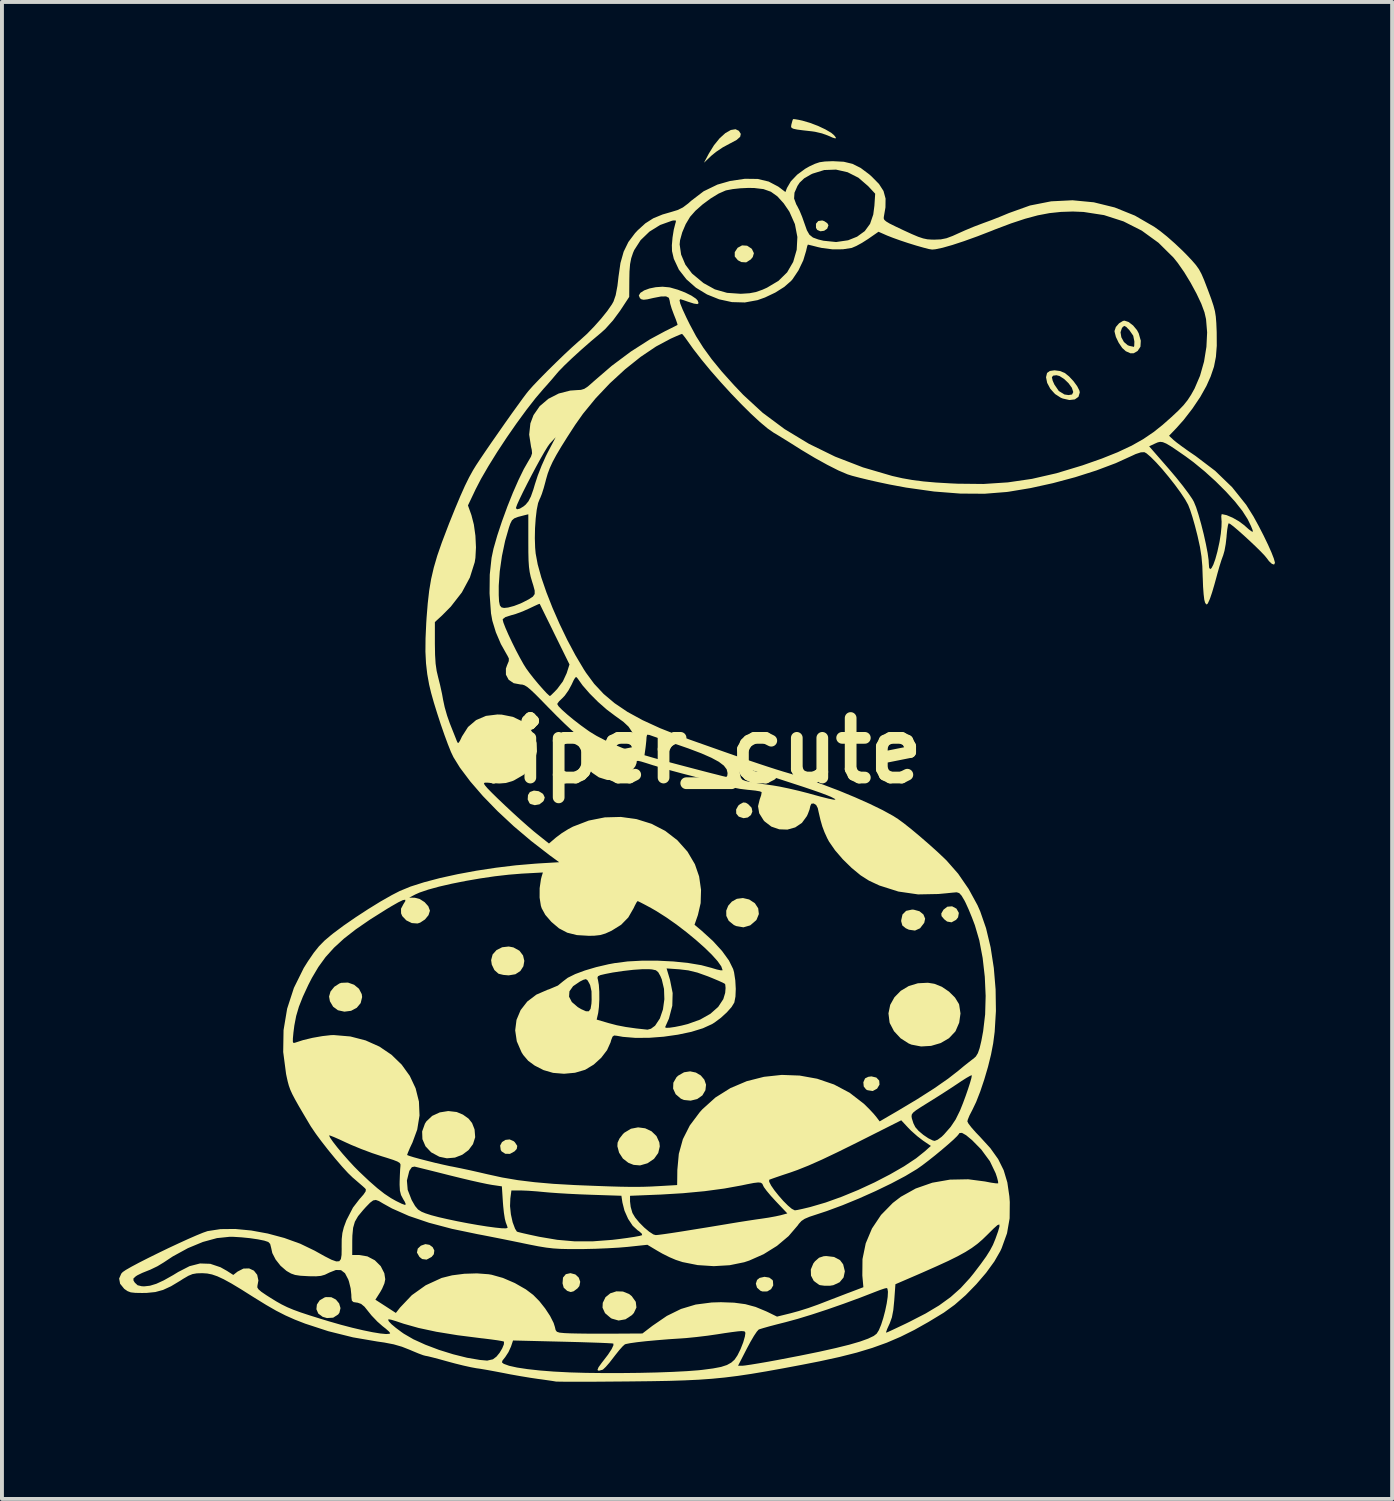
<source format=kicad_pcb>
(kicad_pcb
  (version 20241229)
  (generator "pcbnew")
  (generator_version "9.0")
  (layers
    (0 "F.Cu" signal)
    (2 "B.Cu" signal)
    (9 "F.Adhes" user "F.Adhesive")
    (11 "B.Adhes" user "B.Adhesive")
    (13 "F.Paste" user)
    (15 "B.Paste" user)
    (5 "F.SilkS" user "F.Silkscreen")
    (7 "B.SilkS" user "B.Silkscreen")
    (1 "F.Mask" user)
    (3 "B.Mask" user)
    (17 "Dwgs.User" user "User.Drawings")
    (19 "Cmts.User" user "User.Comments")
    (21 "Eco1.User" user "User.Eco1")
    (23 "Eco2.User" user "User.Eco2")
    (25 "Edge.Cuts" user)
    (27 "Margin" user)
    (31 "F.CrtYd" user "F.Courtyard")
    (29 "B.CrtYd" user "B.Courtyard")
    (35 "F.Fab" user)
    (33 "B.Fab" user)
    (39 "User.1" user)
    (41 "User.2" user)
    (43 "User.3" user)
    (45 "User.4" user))
  (footprint "viper_cute"
    (layer "F.Cu")
    (at 14.772 16.166)
    (property "Reference" "viper_cute" (at 0 0 0) (layer "F.SilkS") (effects (font (size 1.524 1.524) (thickness 0.3))))
    (attr board_only exclude_from_pos_files exclude_from_bom)
    (fp_poly (pts (xy 3.279 -13.555) (xy 3.358 -13.501) (xy 3.387 -13.45) (xy 3.354 -13.361) (xy 3.276 -13.308) (xy 3.181 -13.295) (xy 3.1 -13.33) (xy 3.068 -13.382) (xy 3.067 -13.489) (xy 3.127 -13.558) (xy 3.227 -13.572)) (stroke (width 0) (type solid)) (fill yes) (layer "F.SilkS"))
    (fp_poly (pts (xy -6.827 12.652) (xy -6.745 12.713) (xy -6.703 12.798) (xy -6.716 12.893) (xy -6.773 12.962) (xy -6.901 13.031) (xy -7.016 13.016) (xy -7.084 12.961) (xy -7.148 12.85) (xy -7.127 12.749) (xy -7.047 12.674) (xy -6.932 12.634)) (stroke (width 0) (type solid)) (fill yes) (layer "F.SilkS"))
    (fp_poly (pts (xy -4.67 10) (xy -4.642 10.026) (xy -4.58 10.119) (xy -4.593 10.197) (xy -4.649 10.259) (xy -4.766 10.323) (xy -4.885 10.322) (xy -4.979 10.262) (xy -5.003 10.224) (xy -5.018 10.112) (xy -4.971 10.022) (xy -4.883 9.966) (xy -4.775 9.954)) (stroke (width 0) (type solid)) (fill yes) (layer "F.SilkS"))
    (fp_poly (pts (xy 1.27 1.334) (xy 1.333 1.372) (xy 1.42 1.463) (xy 1.439 1.561) (xy 1.402 1.65) (xy 1.322 1.712) (xy 1.213 1.73) (xy 1.09 1.69) (xy 1.026 1.612) (xy 1.023 1.508) (xy 1.079 1.407) (xy 1.122 1.372) (xy 1.205 1.327)) (stroke (width 0) (type solid)) (fill yes) (layer "F.SilkS"))
    (fp_poly (pts (xy 1.304 -12.926) (xy 1.416 -12.853) (xy 1.429 -12.838) (xy 1.478 -12.734) (xy 1.449 -12.635) (xy 1.397 -12.573) (xy 1.28 -12.499) (xy 1.155 -12.507) (xy 1.068 -12.554) (xy 0.988 -12.65) (xy 0.988 -12.762) (xy 1.062 -12.873) (xy 1.175 -12.934)) (stroke (width 0) (type solid)) (fill yes) (layer "F.SilkS"))
    (fp_poly (pts (xy 1.871 13.491) (xy 1.953 13.552) (xy 1.965 13.573) (xy 1.973 13.691) (xy 1.918 13.787) (xy 1.82 13.845) (xy 1.698 13.847) (xy 1.646 13.828) (xy 1.558 13.749) (xy 1.528 13.647) (xy 1.559 13.551) (xy 1.624 13.499) (xy 1.75 13.471)) (stroke (width 0) (type solid)) (fill yes) (layer "F.SilkS"))
    (fp_poly (pts (xy 4.613 8.37) (xy 4.686 8.448) (xy 4.694 8.55) (xy 4.632 8.654) (xy 4.52 8.715) (xy 4.387 8.694) (xy 4.35 8.675) (xy 4.29 8.598) (xy 4.28 8.491) (xy 4.322 8.395) (xy 4.326 8.39) (xy 4.406 8.351) (xy 4.487 8.34)) (stroke (width 0) (type solid)) (fill yes) (layer "F.SilkS"))
    (fp_poly (pts (xy -4.031 1.039) (xy -3.929 1.101) (xy -3.911 1.124) (xy -3.876 1.201) (xy -3.899 1.274) (xy -3.919 1.304) (xy -4.011 1.375) (xy -4.132 1.397) (xy -4.243 1.366) (xy -4.267 1.346) (xy -4.313 1.25) (xy -4.305 1.137) (xy -4.257 1.06) (xy -4.154 1.023)) (stroke (width 0) (type solid)) (fill yes) (layer "F.SilkS"))
    (fp_poly (pts (xy -3.093 13.41) (xy -3.006 13.491) (xy -2.968 13.598) (xy -2.99 13.708) (xy -3.037 13.767) (xy -3.136 13.841) (xy -3.211 13.861) (xy -3.296 13.833) (xy -3.304 13.829) (xy -3.391 13.749) (xy -3.421 13.638) (xy -3.409 13.491) (xy -3.337 13.404) (xy -3.219 13.377)) (stroke (width 0) (type solid)) (fill yes) (layer "F.SilkS"))
    (fp_poly (pts (xy 6.663 4.045) (xy 6.664 4.046) (xy 6.725 4.155) (xy 6.705 4.269) (xy 6.654 4.333) (xy 6.538 4.396) (xy 6.424 4.376) (xy 6.35 4.318) (xy 6.282 4.237) (xy 6.275 4.171) (xy 6.327 4.08) (xy 6.331 4.073) (xy 6.43 3.996) (xy 6.552 3.986)) (stroke (width 0) (type solid)) (fill yes) (layer "F.SilkS"))
    (fp_poly (pts (xy -9.34 13.993) (xy -9.222 14.054) (xy -9.14 14.153) (xy -9.105 14.272) (xy -9.133 14.391) (xy -9.165 14.435) (xy -9.292 14.517) (xy -9.452 14.527) (xy -9.562 14.495) (xy -9.674 14.412) (xy -9.722 14.3) (xy -9.709 14.18) (xy -9.638 14.073) (xy -9.514 14) (xy -9.479 13.99)) (stroke (width 0) (type solid)) (fill yes) (layer "F.SilkS"))
    (fp_poly (pts (xy 5.569 4.072) (xy 5.716 4.112) (xy 5.818 4.195) (xy 5.862 4.302) (xy 5.839 4.408) (xy 5.732 4.548) (xy 5.602 4.607) (xy 5.446 4.585) (xy 5.366 4.548) (xy 5.279 4.478) (xy 5.25 4.375) (xy 5.249 4.344) (xy 5.282 4.195) (xy 5.375 4.102) (xy 5.526 4.07)) (stroke (width 0) (type solid)) (fill yes) (layer "F.SilkS"))
    (fp_poly (pts (xy 1.092 -15.867) (xy 1.143 -15.788) (xy 1.126 -15.713) (xy 1.037 -15.634) (xy 0.871 -15.545) (xy 0.857 -15.538) (xy 0.681 -15.443) (xy 0.507 -15.326) (xy 0.386 -15.227) (xy 0.2 -15.05) (xy 0.322 -15.28) (xy 0.455 -15.496) (xy 0.6 -15.675) (xy 0.747 -15.808) (xy 0.887 -15.888) (xy 1.008 -15.908)) (stroke (width 0) (type solid)) (fill yes) (layer "F.SilkS"))
    (fp_poly (pts (xy -8.757 5.994) (xy -8.632 6.097) (xy -8.561 6.234) (xy -8.551 6.309) (xy -8.589 6.464) (xy -8.689 6.584) (xy -8.834 6.661) (xy -9.005 6.683) (xy -9.171 6.647) (xy -9.294 6.556) (xy -9.376 6.417) (xy -9.398 6.296) (xy -9.361 6.167) (xy -9.264 6.046) (xy -9.132 5.961) (xy -9.084 5.945) (xy -8.915 5.938)) (stroke (width 0) (type solid)) (fill yes) (layer "F.SilkS"))
    (fp_poly (pts (xy -1.874 13.848) (xy -1.717 13.911) (xy -1.648 13.967) (xy -1.546 14.111) (xy -1.529 14.256) (xy -1.595 14.397) (xy -1.644 14.451) (xy -1.809 14.559) (xy -1.986 14.59) (xy -2.16 14.541) (xy -2.188 14.525) (xy -2.333 14.401) (xy -2.397 14.261) (xy -2.391 14.137) (xy -2.321 13.993) (xy -2.198 13.893) (xy -2.042 13.843)) (stroke (width 0) (type solid)) (fill yes) (layer "F.SilkS"))
    (fp_poly (pts (xy -0.007 8.242) (xy 0.118 8.316) (xy 0.209 8.423) (xy 0.253 8.552) (xy 0.237 8.694) (xy 0.159 8.827) (xy 0.027 8.92) (xy -0.141 8.961) (xy -0.312 8.944) (xy -0.391 8.911) (xy -0.525 8.796) (xy -0.59 8.653) (xy -0.584 8.502) (xy -0.503 8.361) (xy -0.462 8.322) (xy -0.31 8.235) (xy -0.154 8.211)) (stroke (width 0) (type solid)) (fill yes) (layer "F.SilkS"))
    (fp_poly (pts (xy 1.357 3.811) (xy 1.503 3.907) (xy 1.588 4.037) (xy 1.605 4.184) (xy 1.547 4.327) (xy 1.534 4.345) (xy 1.383 4.474) (xy 1.21 4.524) (xy 1.026 4.492) (xy 0.964 4.464) (xy 0.834 4.358) (xy 0.772 4.231) (xy 0.77 4.097) (xy 0.821 3.97) (xy 0.914 3.865) (xy 1.042 3.794) (xy 1.197 3.774)) (stroke (width 0) (type solid)) (fill yes) (layer "F.SilkS"))
    (fp_poly (pts (xy -4.678 5.038) (xy -4.524 5.123) (xy -4.432 5.244) (xy -4.399 5.383) (xy -4.423 5.521) (xy -4.5 5.641) (xy -4.627 5.725) (xy -4.8 5.754) (xy -4.936 5.742) (xy -5.048 5.715) (xy -5.065 5.708) (xy -5.165 5.618) (xy -5.232 5.479) (xy -5.249 5.363) (xy -5.211 5.219) (xy -5.11 5.106) (xy -4.966 5.034) (xy -4.798 5.015)) (stroke (width 0) (type solid)) (fill yes) (layer "F.SilkS"))
    (fp_poly (pts (xy 3.531 12.963) (xy 3.683 13.044) (xy 3.763 13.151) (xy 3.807 13.33) (xy 3.774 13.487) (xy 3.673 13.61) (xy 3.513 13.685) (xy 3.428 13.699) (xy 3.29 13.7) (xy 3.174 13.685) (xy 3.148 13.676) (xy 3.012 13.578) (xy 2.94 13.441) (xy 2.935 13.283) (xy 3.001 13.126) (xy 3.04 13.076) (xy 3.146 12.982) (xy 3.264 12.944) (xy 3.331 12.939)) (stroke (width 0) (type solid)) (fill yes) (layer "F.SilkS"))
    (fp_poly (pts (xy -1.305 9.669) (xy -1.142 9.746) (xy -1.016 9.868) (xy -0.943 10.029) (xy -0.931 10.132) (xy -0.971 10.301) (xy -1.079 10.451) (xy -1.24 10.561) (xy -1.255 10.567) (xy -1.436 10.619) (xy -1.602 10.605) (xy -1.736 10.552) (xy -1.875 10.444) (xy -1.973 10.293) (xy -2.017 10.128) (xy -2.011 10.035) (xy -1.962 9.929) (xy -1.873 9.815) (xy -1.837 9.781) (xy -1.669 9.68) (xy -1.486 9.645)) (stroke (width 0) (type solid)) (fill yes) (layer "F.SilkS"))
    (fp_poly (pts (xy -6.13 9.252) (xy -5.97 9.319) (xy -5.826 9.422) (xy -5.737 9.534) (xy -5.676 9.689) (xy -5.672 9.705) (xy -5.657 9.897) (xy -5.713 10.074) (xy -5.827 10.227) (xy -5.986 10.345) (xy -6.175 10.419) (xy -6.382 10.437) (xy -6.575 10.397) (xy -6.784 10.284) (xy -6.929 10.13) (xy -7.008 9.947) (xy -7.015 9.75) (xy -6.944 9.551) (xy -6.905 9.49) (xy -6.758 9.351) (xy -6.564 9.262) (xy -6.346 9.227)) (stroke (width 0) (type solid)) (fill yes) (layer "F.SilkS"))
    (fp_poly (pts (xy 2.525 -16.165) (xy 2.626 -16.148) (xy 2.718 -16.128) (xy 2.916 -16.07) (xy 3.121 -15.992) (xy 3.309 -15.903) (xy 3.458 -15.816) (xy 3.531 -15.754) (xy 3.578 -15.692) (xy 3.567 -15.671) (xy 3.493 -15.693) (xy 3.365 -15.749) (xy 3.22 -15.801) (xy 3.045 -15.842) (xy 2.963 -15.854) (xy 2.739 -15.879) (xy 2.586 -15.899) (xy 2.492 -15.919) (xy 2.444 -15.942) (xy 2.43 -15.974) (xy 2.436 -16.02) (xy 2.44 -16.037) (xy 2.464 -16.126) (xy 2.48 -16.166)) (stroke (width 0) (type solid)) (fill yes) (layer "F.SilkS"))
    (fp_poly (pts (xy 6.096 5.969) (xy 6.288 6.045) (xy 6.473 6.17) (xy 6.627 6.323) (xy 6.725 6.483) (xy 6.733 6.504) (xy 6.767 6.728) (xy 6.734 6.965) (xy 6.641 7.18) (xy 6.633 7.192) (xy 6.472 7.363) (xy 6.259 7.487) (xy 6.014 7.559) (xy 5.758 7.574) (xy 5.512 7.527) (xy 5.44 7.497) (xy 5.233 7.364) (xy 5.065 7.183) (xy 4.958 6.979) (xy 4.951 6.957) (xy 4.923 6.726) (xy 4.968 6.508) (xy 5.077 6.313) (xy 5.238 6.149) (xy 5.442 6.027) (xy 5.677 5.956) (xy 5.933 5.943)) (stroke (width 0) (type solid)) (fill yes) (layer "F.SilkS"))
    (fp_poly (pts (xy 9.312 -9.718) (xy 9.434 -9.669) (xy 9.546 -9.58) (xy 9.659 -9.459) (xy 9.754 -9.33) (xy 9.812 -9.216) (xy 9.821 -9.169) (xy 9.787 -9.057) (xy 9.694 -8.991) (xy 9.555 -8.975) (xy 9.384 -9.014) (xy 9.335 -9.034) (xy 9.186 -9.13) (xy 9.066 -9.264) (xy 8.986 -9.414) (xy 8.957 -9.558) (xy 9.107 -9.558) (xy 9.127 -9.47) (xy 9.171 -9.371) (xy 9.284 -9.206) (xy 9.429 -9.117) (xy 9.534 -9.102) (xy 9.623 -9.117) (xy 9.652 -9.175) (xy 9.652 -9.186) (xy 9.618 -9.289) (xy 9.532 -9.407) (xy 9.419 -9.515) (xy 9.301 -9.59) (xy 9.224 -9.61) (xy 9.138 -9.599) (xy 9.107 -9.558) (xy 8.957 -9.558) (xy 8.957 -9.559) (xy 8.983 -9.668) (xy 9.055 -9.719) (xy 9.174 -9.736)) (stroke (width 0) (type solid)) (fill yes) (layer "F.SilkS"))
    (fp_poly (pts (xy 11.071 -10.972) (xy 11.186 -10.884) (xy 11.286 -10.764) (xy 11.329 -10.683) (xy 11.383 -10.494) (xy 11.374 -10.34) (xy 11.303 -10.233) (xy 11.294 -10.226) (xy 11.201 -10.173) (xy 11.121 -10.171) (xy 11.013 -10.218) (xy 11 -10.224) (xy 10.908 -10.307) (xy 10.817 -10.441) (xy 10.745 -10.591) (xy 10.715 -10.71) (xy 10.864 -10.71) (xy 10.885 -10.581) (xy 10.951 -10.461) (xy 11.049 -10.377) (xy 11.101 -10.359) (xy 11.18 -10.343) (xy 11.208 -10.335) (xy 11.215 -10.368) (xy 11.218 -10.457) (xy 11.218 -10.477) (xy 11.189 -10.622) (xy 11.091 -10.763) (xy 11.011 -10.846) (xy 10.964 -10.872) (xy 10.926 -10.85) (xy 10.9 -10.818) (xy 10.864 -10.71) (xy 10.715 -10.71) (xy 10.711 -10.726) (xy 10.71 -10.743) (xy 10.744 -10.844) (xy 10.827 -10.94) (xy 10.926 -11) (xy 10.967 -11.007)) (stroke (width 0) (type solid)) (fill yes) (layer "F.SilkS"))
    (fp_poly (pts (xy 3.779 -15.075) (xy 4.003 -15.021) (xy 4.211 -14.917) (xy 4.429 -14.754) (xy 4.496 -14.694) (xy 4.68 -14.507) (xy 4.796 -14.327) (xy 4.849 -14.133) (xy 4.846 -13.905) (xy 4.806 -13.674) (xy 4.801 -13.629) (xy 4.816 -13.589) (xy 4.863 -13.547) (xy 4.953 -13.493) (xy 5.098 -13.421) (xy 5.302 -13.324) (xy 5.52 -13.224) (xy 5.683 -13.155) (xy 5.809 -13.113) (xy 5.918 -13.09) (xy 6.031 -13.082) (xy 6.097 -13.081) (xy 6.264 -13.088) (xy 6.408 -13.117) (xy 6.566 -13.176) (xy 6.683 -13.229) (xy 6.879 -13.317) (xy 7.109 -13.413) (xy 7.328 -13.496) (xy 7.352 -13.505) (xy 7.565 -13.583) (xy 7.793 -13.673) (xy 7.993 -13.756) (xy 8.016 -13.765) (xy 8.546 -13.955) (xy 9.088 -14.062) (xy 9.635 -14.089) (xy 10.18 -14.037) (xy 10.715 -13.905) (xy 11.233 -13.696) (xy 11.727 -13.41) (xy 11.878 -13.302) (xy 12.055 -13.16) (xy 12.257 -12.982) (xy 12.454 -12.796) (xy 12.555 -12.694) (xy 12.693 -12.548) (xy 12.795 -12.43) (xy 12.872 -12.322) (xy 12.937 -12.201) (xy 13.004 -12.046) (xy 13.084 -11.837) (xy 13.103 -11.788) (xy 13.186 -11.564) (xy 13.243 -11.393) (xy 13.281 -11.25) (xy 13.303 -11.111) (xy 13.316 -10.948) (xy 13.325 -10.738) (xy 13.326 -10.706) (xy 13.328 -10.365) (xy 13.306 -10.081) (xy 13.256 -9.827) (xy 13.171 -9.577) (xy 13.062 -9.333) (xy 12.906 -9.055) (xy 12.705 -8.756) (xy 12.481 -8.466) (xy 12.291 -8.253) (xy 12.106 -8.06) (xy 12.223 -7.951) (xy 12.304 -7.885) (xy 12.437 -7.786) (xy 12.603 -7.667) (xy 12.785 -7.543) (xy 13.287 -7.162) (xy 13.721 -6.743) (xy 14.082 -6.291) (xy 14.267 -5.995) (xy 14.402 -5.748) (xy 14.528 -5.503) (xy 14.639 -5.273) (xy 14.728 -5.073) (xy 14.789 -4.916) (xy 14.816 -4.817) (xy 14.817 -4.806) (xy 14.795 -4.763) (xy 14.739 -4.781) (xy 14.664 -4.851) (xy 14.613 -4.92) (xy 14.554 -4.992) (xy 14.453 -5.098) (xy 14.322 -5.227) (xy 14.174 -5.367) (xy 14.022 -5.507) (xy 13.879 -5.634) (xy 13.758 -5.737) (xy 13.671 -5.803) (xy 13.632 -5.821) (xy 13.615 -5.773) (xy 13.596 -5.662) (xy 13.58 -5.51) (xy 13.578 -5.473) (xy 13.557 -5.29) (xy 13.526 -5.118) (xy 13.49 -4.993) (xy 13.487 -4.987) (xy 13.447 -4.877) (xy 13.395 -4.712) (xy 13.341 -4.521) (xy 13.317 -4.431) (xy 13.263 -4.236) (xy 13.209 -4.053) (xy 13.161 -3.911) (xy 13.144 -3.867) (xy 13.099 -3.768) (xy 13.07 -3.739) (xy 13.04 -3.768) (xy 13.028 -3.789) (xy 13.008 -3.864) (xy 12.991 -4.006) (xy 12.977 -4.198) (xy 12.969 -4.422) (xy 12.968 -4.434) (xy 12.958 -4.725) (xy 12.936 -4.971) (xy 12.898 -5.212) (xy 12.838 -5.485) (xy 12.826 -5.534) (xy 12.768 -5.76) (xy 12.706 -5.977) (xy 12.647 -6.16) (xy 12.598 -6.285) (xy 12.598 -6.287) (xy 12.518 -6.431) (xy 12.4 -6.608) (xy 12.256 -6.805) (xy 12.097 -7.007) (xy 11.934 -7.203) (xy 11.777 -7.377) (xy 11.638 -7.517) (xy 11.528 -7.611) (xy 11.475 -7.64) (xy 11.385 -7.636) (xy 11.251 -7.592) (xy 11.177 -7.557) (xy 10.744 -7.36) (xy 10.245 -7.172) (xy 9.702 -6.999) (xy 9.134 -6.847) (xy 8.561 -6.721) (xy 8.002 -6.628) (xy 7.95 -6.621) (xy 7.386 -6.576) (xy 6.763 -6.58) (xy 6.089 -6.633) (xy 5.373 -6.734) (xy 4.949 -6.813) (xy 4.675 -6.871) (xy 4.413 -6.93) (xy 4.179 -6.987) (xy 3.992 -7.036) (xy 3.871 -7.074) (xy 3.87 -7.075) (xy 3.64 -7.173) (xy 3.358 -7.316) (xy 3.038 -7.493) (xy 2.695 -7.698) (xy 2.548 -7.791) (xy 2.367 -7.905) (xy 2.189 -8.015) (xy 2.041 -8.106) (xy 1.985 -8.138) (xy 1.829 -8.247) (xy 1.631 -8.413) (xy 1.402 -8.625) (xy 1.152 -8.873) (xy 0.89 -9.146) (xy 0.627 -9.434) (xy 0.372 -9.725) (xy 0.136 -10.011) (xy -0.072 -10.279) (xy -0.206 -10.467) (xy -0.283 -10.575) (xy -0.341 -10.648) (xy -0.363 -10.668) (xy -0.409 -10.652) (xy -0.51 -10.609) (xy -0.645 -10.549) (xy -0.65 -10.547) (xy -1.026 -10.346) (xy -1.421 -10.08) (xy -1.82 -9.761) (xy -2.208 -9.404) (xy -2.572 -9.02) (xy -2.897 -8.623) (xy -3.097 -8.34) (xy -3.299 -8.028) (xy -3.458 -7.774) (xy -3.582 -7.564) (xy -3.676 -7.389) (xy -3.747 -7.234) (xy -3.801 -7.089) (xy -3.844 -6.941) (xy -3.854 -6.9) (xy -3.902 -6.724) (xy -3.951 -6.57) (xy -3.993 -6.465) (xy -4.004 -6.446) (xy -4.047 -6.336) (xy -4.082 -6.162) (xy -4.108 -5.941) (xy -4.125 -5.693) (xy -4.13 -5.437) (xy -4.122 -5.193) (xy -4.109 -5.048) (xy -4.057 -4.768) (xy -3.964 -4.432) (xy -3.835 -4.056) (xy -3.677 -3.654) (xy -3.496 -3.241) (xy -3.299 -2.832) (xy -3.091 -2.442) (xy -2.879 -2.085) (xy -2.821 -1.995) (xy -2.611 -1.71) (xy -2.369 -1.451) (xy -2.088 -1.214) (xy -1.758 -0.991) (xy -1.372 -0.78) (xy -0.921 -0.573) (xy -0.397 -0.366) (xy -0.169 -0.283) (xy 0.306 -0.115) (xy 0.711 0.028) (xy 1.056 0.149) (xy 1.352 0.251) (xy 1.607 0.337) (xy 1.831 0.411) (xy 2.035 0.477) (xy 2.229 0.537) (xy 2.422 0.594) (xy 2.434 0.598) (xy 2.832 0.723) (xy 3.246 0.869) (xy 3.662 1.027) (xy 4.065 1.194) (xy 4.44 1.361) (xy 4.771 1.522) (xy 5.044 1.672) (xy 5.166 1.75) (xy 5.314 1.858) (xy 5.506 2.01) (xy 5.724 2.192) (xy 5.95 2.388) (xy 6.168 2.583) (xy 6.36 2.764) (xy 6.412 2.815) (xy 6.706 3.15) (xy 6.975 3.541) (xy 7.203 3.959) (xy 7.272 4.116) (xy 7.421 4.546) (xy 7.538 5.035) (xy 7.62 5.565) (xy 7.666 6.115) (xy 7.674 6.666) (xy 7.642 7.199) (xy 7.604 7.493) (xy 7.549 7.78) (xy 7.471 8.096) (xy 7.376 8.419) (xy 7.273 8.726) (xy 7.168 8.995) (xy 7.068 9.204) (xy 7.064 9.211) (xy 6.998 9.339) (xy 6.954 9.446) (xy 6.943 9.493) (xy 6.971 9.549) (xy 7.048 9.649) (xy 7.16 9.776) (xy 7.262 9.882) (xy 7.531 10.177) (xy 7.731 10.457) (xy 7.873 10.743) (xy 7.966 11.054) (xy 8.018 11.41) (xy 8.029 11.557) (xy 8.025 11.974) (xy 7.958 12.357) (xy 7.821 12.737) (xy 7.786 12.813) (xy 7.633 13.079) (xy 7.423 13.368) (xy 7.172 13.661) (xy 6.899 13.941) (xy 6.618 14.187) (xy 6.348 14.383) (xy 6.341 14.388) (xy 5.949 14.626) (xy 5.585 14.831) (xy 5.233 15.006) (xy 4.879 15.158) (xy 4.509 15.291) (xy 4.109 15.412) (xy 3.665 15.524) (xy 3.162 15.634) (xy 2.709 15.723) (xy 2.22 15.815) (xy 1.792 15.892) (xy 1.411 15.956) (xy 1.062 16.008) (xy 0.731 16.049) (xy 0.404 16.081) (xy 0.066 16.105) (xy -0.297 16.122) (xy -0.699 16.135) (xy -1.155 16.143) (xy -1.678 16.149) (xy -1.778 16.15) (xy -2.157 16.153) (xy -2.512 16.156) (xy -2.832 16.157) (xy -3.108 16.157) (xy -3.331 16.157) (xy -3.493 16.155) (xy -3.583 16.153) (xy -3.598 16.151) (xy -3.667 16.139) (xy -3.797 16.12) (xy -3.964 16.096) (xy -4.043 16.086) (xy -4.251 16.055) (xy -4.505 16.013) (xy -4.764 15.967) (xy -4.911 15.938) (xy -5.131 15.896) (xy -5.347 15.856) (xy -5.53 15.825) (xy -5.63 15.811) (xy -5.765 15.786) (xy -5.955 15.744) (xy -6.173 15.69) (xy -6.281 15.661) (xy -4.972 15.661) (xy -4.936 15.692) (xy -4.917 15.702) (xy -4.787 15.749) (xy -4.584 15.794) (xy -4.318 15.834) (xy -4.001 15.869) (xy -3.644 15.897) (xy -3.258 15.917) (xy -3.239 15.918) (xy -2.825 15.93) (xy -2.38 15.935) (xy -1.92 15.935) (xy -1.46 15.93) (xy -1.016 15.92) (xy -0.603 15.905) (xy -0.238 15.886) (xy 0.064 15.863) (xy 0.156 15.853) (xy 0.431 15.817) (xy 0.637 15.778) (xy 0.729 15.748) (xy 1.072 15.748) (xy 1.182 15.748) (xy 1.257 15.74) (xy 1.4 15.719) (xy 1.596 15.687) (xy 1.829 15.647) (xy 2.074 15.602) (xy 2.653 15.491) (xy 3.152 15.389) (xy 3.572 15.295) (xy 3.919 15.209) (xy 4.194 15.129) (xy 4.402 15.054) (xy 4.546 14.985) (xy 4.621 14.927) (xy 4.648 14.884) (xy 4.863 14.884) (xy 4.864 14.901) (xy 4.909 14.884) (xy 5.016 14.835) (xy 5.171 14.762) (xy 5.361 14.672) (xy 5.459 14.624) (xy 5.873 14.411) (xy 6.219 14.204) (xy 6.513 13.991) (xy 6.77 13.762) (xy 7.005 13.505) (xy 7.103 13.384) (xy 7.286 13.144) (xy 7.423 12.953) (xy 7.523 12.794) (xy 7.598 12.653) (xy 7.655 12.514) (xy 7.657 12.511) (xy 7.729 12.309) (xy 7.765 12.183) (xy 7.762 12.13) (xy 7.714 12.147) (xy 7.618 12.232) (xy 7.468 12.381) (xy 7.46 12.389) (xy 7.33 12.515) (xy 7.199 12.628) (xy 7.056 12.733) (xy 6.891 12.837) (xy 6.692 12.946) (xy 6.45 13.066) (xy 6.153 13.202) (xy 5.792 13.362) (xy 5.673 13.414) (xy 5.101 13.661) (xy 5.071 14.077) (xy 5.047 14.323) (xy 5.011 14.509) (xy 4.957 14.66) (xy 4.94 14.697) (xy 4.889 14.809) (xy 4.863 14.884) (xy 4.648 14.884) (xy 4.677 14.838) (xy 4.735 14.699) (xy 4.79 14.527) (xy 4.839 14.34) (xy 4.878 14.154) (xy 4.903 13.986) (xy 4.91 13.854) (xy 4.897 13.774) (xy 4.875 13.758) (xy 4.813 13.773) (xy 4.701 13.811) (xy 4.605 13.848) (xy 4.2 14.005) (xy 3.778 14.16) (xy 3.357 14.307) (xy 2.958 14.438) (xy 2.598 14.548) (xy 2.297 14.63) (xy 2.29 14.632) (xy 2.068 14.688) (xy 1.871 14.74) (xy 1.716 14.784) (xy 1.619 14.814) (xy 1.6 14.822) (xy 1.553 14.874) (xy 1.479 14.984) (xy 1.389 15.138) (xy 1.3 15.304) (xy 1.072 15.748) (xy 0.729 15.748) (xy 0.788 15.729) (xy 0.899 15.667) (xy 0.983 15.592) (xy 1.057 15.483) (xy 1.136 15.324) (xy 1.205 15.148) (xy 1.248 14.997) (xy 1.261 14.903) (xy 1.236 14.866) (xy 1.157 14.86) (xy 1.068 14.867) (xy 0.917 14.886) (xy 0.728 14.913) (xy 0.55 14.941) (xy 0.295 14.978) (xy 0.012 15.012) (xy -0.256 15.039) (xy -0.381 15.048) (xy -0.703 15.069) (xy -1.007 15.094) (xy -1.281 15.119) (xy -1.513 15.145) (xy -1.69 15.17) (xy -1.801 15.192) (xy -1.826 15.201) (xy -1.882 15.251) (xy -1.971 15.351) (xy -2.076 15.483) (xy -2.113 15.531) (xy -2.219 15.668) (xy -2.314 15.777) (xy -2.382 15.841) (xy -2.396 15.85) (xy -2.493 15.876) (xy -2.527 15.857) (xy -2.5 15.787) (xy -2.411 15.664) (xy -2.389 15.636) (xy -2.256 15.463) (xy -2.164 15.322) (xy -2.118 15.223) (xy -2.12 15.18) (xy -2.165 15.175) (xy -2.285 15.168) (xy -2.468 15.16) (xy -2.704 15.152) (xy -2.982 15.143) (xy -3.293 15.135) (xy -3.413 15.132) (xy -4.688 15.101) (xy -4.74 15.256) (xy -4.805 15.399) (xy -4.891 15.531) (xy -4.895 15.535) (xy -4.96 15.617) (xy -4.972 15.661) (xy -6.281 15.661) (xy -6.369 15.637) (xy -6.567 15.582) (xy -6.738 15.537) (xy -6.864 15.506) (xy -6.927 15.494) (xy -6.928 15.494) (xy -6.989 15.478) (xy -7.105 15.435) (xy -7.257 15.372) (xy -7.324 15.343) (xy -7.532 15.261) (xy -7.742 15.2) (xy -7.985 15.153) (xy -8.16 15.128) (xy -8.784 15.021) (xy -9.419 14.863) (xy -10.012 14.669) (xy -10.276 14.566) (xy -10.516 14.459) (xy -10.753 14.338) (xy -11.01 14.19) (xy -11.31 14.005) (xy -11.355 13.977) (xy -11.656 13.787) (xy -11.899 13.641) (xy -12.096 13.533) (xy -12.257 13.458) (xy -12.393 13.411) (xy -12.517 13.386) (xy -12.639 13.378) (xy -12.646 13.378) (xy -12.784 13.382) (xy -12.893 13.401) (xy -13 13.445) (xy -13.135 13.524) (xy -13.206 13.57) (xy -13.444 13.713) (xy -13.648 13.807) (xy -13.846 13.861) (xy -14.065 13.883) (xy -14.184 13.885) (xy -14.358 13.882) (xy -14.474 13.869) (xy -14.556 13.838) (xy -14.632 13.786) (xy -14.644 13.776) (xy -14.747 13.649) (xy -14.772 13.515) (xy -14.772 13.515) (xy -14.407 13.515) (xy -14.404 13.568) (xy -14.37 13.621) (xy -14.299 13.687) (xy -14.191 13.713) (xy -14.126 13.715) (xy -13.982 13.699) (xy -13.821 13.65) (xy -13.628 13.561) (xy -13.39 13.427) (xy -13.261 13.348) (xy -12.971 13.199) (xy -12.7 13.129) (xy -12.439 13.138) (xy -12.177 13.226) (xy -12.01 13.32) (xy -11.85 13.423) (xy -11.74 13.337) (xy -11.59 13.26) (xy -11.445 13.256) (xy -11.322 13.313) (xy -11.238 13.419) (xy -11.207 13.565) (xy -11.231 13.696) (xy -11.235 13.742) (xy -11.205 13.791) (xy -11.131 13.855) (xy -11 13.944) (xy -10.904 14.005) (xy -10.752 14.099) (xy -10.612 14.178) (xy -10.472 14.247) (xy -10.315 14.313) (xy -10.129 14.381) (xy -9.899 14.457) (xy -9.611 14.547) (xy -9.4 14.611) (xy -9.097 14.698) (xy -8.803 14.775) (xy -8.53 14.839) (xy -8.287 14.889) (xy -8.085 14.922) (xy -7.936 14.936) (xy -7.85 14.929) (xy -7.833 14.912) (xy -7.865 14.871) (xy -7.946 14.799) (xy -8.029 14.734) (xy -8.165 14.614) (xy -8.207 14.569) (xy -7.886 14.569) (xy -7.873 14.601) (xy -7.862 14.618) (xy -7.8 14.684) (xy -7.688 14.778) (xy -7.545 14.885) (xy -7.485 14.927) (xy -7.239 15.07) (xy -6.931 15.21) (xy -6.585 15.341) (xy -6.222 15.454) (xy -5.866 15.543) (xy -5.539 15.599) (xy -5.35 15.616) (xy -5.203 15.583) (xy -5.112 15.514) (xy -5.032 15.416) (xy -4.965 15.303) (xy -4.923 15.201) (xy -4.919 15.135) (xy -4.923 15.129) (xy -4.971 15.116) (xy -5.088 15.096) (xy -5.255 15.073) (xy -5.456 15.048) (xy -5.489 15.045) (xy -6.111 14.966) (xy -6.65 14.878) (xy -7.107 14.78) (xy -7.483 14.674) (xy -7.499 14.669) (xy -7.686 14.606) (xy -7.805 14.57) (xy -7.868 14.559) (xy -7.886 14.569) (xy -8.207 14.569) (xy -8.308 14.464) (xy -8.387 14.366) (xy -8.491 14.236) (xy -8.577 14.165) (xy -8.664 14.134) (xy -8.688 14.131) (xy -8.773 14.118) (xy -8.814 14.082) (xy -8.826 14) (xy -8.828 13.928) (xy -8.845 13.767) (xy -8.888 13.593) (xy -8.907 13.538) (xy -8.99 13.379) (xy -9.092 13.3) (xy -9.223 13.296) (xy -9.393 13.363) (xy -9.398 13.366) (xy -9.505 13.418) (xy -9.607 13.447) (xy -9.73 13.458) (xy -9.905 13.456) (xy -9.948 13.454) (xy -10.137 13.443) (xy -10.268 13.423) (xy -10.371 13.387) (xy -10.472 13.329) (xy -10.491 13.317) (xy -10.64 13.188) (xy -10.766 13.028) (xy -10.851 12.863) (xy -10.88 12.73) (xy -10.906 12.629) (xy -10.954 12.579) (xy -11.055 12.545) (xy -11.218 12.512) (xy -11.421 12.482) (xy -11.639 12.46) (xy -11.85 12.447) (xy -11.939 12.446) (xy -12.268 12.48) (xy -12.63 12.579) (xy -13.011 12.737) (xy -13.397 12.948) (xy -13.631 13.103) (xy -13.791 13.2) (xy -13.971 13.287) (xy -14.039 13.314) (xy -14.181 13.371) (xy -14.302 13.43) (xy -14.346 13.458) (xy -14.407 13.515) (xy -14.772 13.515) (xy -14.717 13.389) (xy -14.679 13.348) (xy -14.601 13.295) (xy -14.458 13.213) (xy -14.265 13.11) (xy -14.035 12.993) (xy -13.78 12.867) (xy -13.516 12.739) (xy -13.255 12.617) (xy -13.01 12.505) (xy -12.795 12.411) (xy -12.624 12.341) (xy -12.509 12.301) (xy -12.503 12.3) (xy -12.178 12.25) (xy -11.802 12.246) (xy -11.391 12.285) (xy -10.966 12.363) (xy -10.542 12.477) (xy -10.137 12.623) (xy -9.77 12.8) (xy -9.743 12.815) (xy -9.506 12.947) (xy -9.333 13.035) (xy -9.213 13.077) (xy -9.137 13.072) (xy -9.095 13.017) (xy -9.078 12.912) (xy -9.078 12.912) (xy -8.805 12.912) (xy -8.629 12.912) (xy -8.416 12.948) (xy -8.226 13.048) (xy -8.076 13.197) (xy -7.983 13.379) (xy -7.959 13.534) (xy -7.981 13.64) (xy -8.039 13.775) (xy -8.085 13.857) (xy -8.212 14.057) (xy -7.95 14.226) (xy -7.688 14.396) (xy -7.58 14.258) (xy -7.279 13.941) (xy -6.924 13.688) (xy -6.524 13.504) (xy -6.515 13.5) (xy -6.248 13.433) (xy -5.935 13.393) (xy -5.612 13.383) (xy -5.315 13.405) (xy -5.237 13.418) (xy -4.946 13.5) (xy -4.642 13.631) (xy -4.359 13.793) (xy -4.171 13.935) (xy -4.015 14.093) (xy -3.866 14.281) (xy -3.739 14.474) (xy -3.649 14.652) (xy -3.616 14.756) (xy -3.598 14.834) (xy -3.565 14.878) (xy -3.497 14.9) (xy -3.371 14.912) (xy -3.329 14.914) (xy -3.205 14.919) (xy -3.013 14.923) (xy -2.775 14.926) (xy -2.506 14.927) (xy -2.227 14.927) (xy -2.222 14.927) (xy -1.376 14.922) (xy -1.118 14.724) (xy -0.75 14.472) (xy -0.388 14.294) (xy -0.012 14.181) (xy 0.399 14.128) (xy 0.635 14.121) (xy 0.972 14.133) (xy 1.258 14.171) (xy 1.521 14.242) (xy 1.791 14.354) (xy 1.85 14.382) (xy 2.07 14.49) (xy 2.423 14.403) (xy 2.63 14.346) (xy 2.872 14.27) (xy 3.106 14.187) (xy 3.177 14.16) (xy 3.401 14.073) (xy 3.646 13.979) (xy 3.869 13.893) (xy 3.929 13.871) (xy 4.281 13.737) (xy 4.254 13.437) (xy 4.258 13.018) (xy 4.341 12.614) (xy 4.501 12.234) (xy 4.733 11.887) (xy 5.034 11.58) (xy 5.238 11.423) (xy 5.621 11.21) (xy 6.045 11.062) (xy 6.498 10.983) (xy 6.965 10.974) (xy 7.393 11.03) (xy 7.547 11.06) (xy 7.666 11.077) (xy 7.728 11.079) (xy 7.732 11.078) (xy 7.729 11.031) (xy 7.703 10.929) (xy 7.667 10.82) (xy 7.52 10.513) (xy 7.298 10.211) (xy 7.063 9.972) (xy 6.911 9.846) (xy 6.805 9.786) (xy 6.741 9.79) (xy 6.724 9.816) (xy 6.681 9.868) (xy 6.586 9.961) (xy 6.45 10.082) (xy 6.288 10.22) (xy 6.115 10.363) (xy 5.943 10.499) (xy 5.787 10.618) (xy 5.659 10.708) (xy 5.652 10.713) (xy 5.355 10.891) (xy 4.996 11.081) (xy 4.595 11.275) (xy 4.172 11.464) (xy 3.746 11.639) (xy 3.338 11.79) (xy 3.083 11.874) (xy 2.901 11.934) (xy 2.779 11.986) (xy 2.696 12.041) (xy 2.629 12.114) (xy 2.599 12.157) (xy 2.366 12.429) (xy 2.069 12.679) (xy 1.727 12.892) (xy 1.359 13.055) (xy 1.229 13.098) (xy 0.858 13.174) (xy 0.451 13.198) (xy 0.039 13.171) (xy -0.348 13.094) (xy -0.52 13.038) (xy -0.682 12.969) (xy -0.868 12.876) (xy -0.997 12.802) (xy -1.249 12.651) (xy -1.757 12.705) (xy -1.985 12.724) (xy -2.267 12.74) (xy -2.573 12.753) (xy -2.873 12.76) (xy -2.985 12.761) (xy -3.256 12.761) (xy -3.473 12.756) (xy -3.659 12.744) (xy -3.84 12.723) (xy -4.041 12.69) (xy -4.285 12.642) (xy -4.445 12.609) (xy -4.721 12.552) (xy -5.003 12.495) (xy -5.266 12.443) (xy -5.486 12.4) (xy -5.588 12.381) (xy -6.251 12.243) (xy -6.84 12.087) (xy -7.353 11.913) (xy -7.787 11.721) (xy -8.016 11.594) (xy -8.122 11.531) (xy -8.2 11.503) (xy -8.269 11.515) (xy -8.348 11.574) (xy -8.456 11.685) (xy -8.527 11.764) (xy -8.655 11.918) (xy -8.737 12.06) (xy -8.782 12.216) (xy -8.801 12.415) (xy -8.804 12.541) (xy -8.805 12.912) (xy -9.078 12.912) (xy -9.075 12.755) (xy -9.076 12.71) (xy -9.074 12.506) (xy -9.057 12.35) (xy -9.02 12.202) (xy -8.955 12.027) (xy -8.955 12.026) (xy -8.786 11.699) (xy -8.623 11.487) (xy -8.516 11.365) (xy -8.463 11.287) (xy -8.455 11.237) (xy -8.474 11.208) (xy -8.531 11.156) (xy -8.634 11.067) (xy -8.761 10.957) (xy -8.792 10.931) (xy -8.912 10.815) (xy -9.067 10.646) (xy -9.242 10.442) (xy -9.423 10.221) (xy -9.596 9.999) (xy -9.706 9.851) (xy -9.398 9.851) (xy -9.371 9.91) (xy -9.296 10.018) (xy -9.186 10.159) (xy -9.052 10.32) (xy -8.904 10.488) (xy -8.755 10.649) (xy -8.629 10.776) (xy -8.376 11.015) (xy -8.164 11.201) (xy -7.982 11.344) (xy -7.814 11.456) (xy -7.684 11.529) (xy -7.537 11.601) (xy -7.456 11.63) (xy -7.433 11.614) (xy -7.46 11.549) (xy -7.5 11.483) (xy -7.556 11.377) (xy -7.584 11.265) (xy -7.592 11.116) (xy -7.591 11.028) (xy -7.59 11.006) (xy -7.405 11.006) (xy -7.385 11.244) (xy -7.285 11.501) (xy -7.276 11.518) (xy -7.195 11.659) (xy -7.121 11.747) (xy -7.028 11.806) (xy -6.927 11.847) (xy -6.781 11.894) (xy -6.587 11.945) (xy -6.358 11.997) (xy -6.107 12.05) (xy -5.847 12.1) (xy -5.591 12.145) (xy -5.351 12.183) (xy -5.142 12.211) (xy -4.976 12.228) (xy -4.866 12.23) (xy -4.826 12.216) (xy -4.826 12.216) (xy -4.84 12.168) (xy -4.874 12.078) (xy -4.898 11.984) (xy -4.922 11.831) (xy -4.94 11.659) (xy -4.765 11.659) (xy -4.743 11.872) (xy -4.698 12.075) (xy -4.636 12.24) (xy -4.589 12.314) (xy -4.544 12.328) (xy -4.433 12.355) (xy -4.269 12.392) (xy -4.069 12.435) (xy -4.012 12.447) (xy -3.556 12.524) (xy -3.111 12.563) (xy -2.651 12.563) (xy -2.149 12.525) (xy -1.973 12.504) (xy -1.764 12.476) (xy -1.586 12.449) (xy -1.455 12.425) (xy -1.387 12.406) (xy -1.383 12.404) (xy -1.393 12.365) (xy -1.46 12.305) (xy -1.498 12.28) (xy -1.625 12.163) (xy -1.742 11.987) (xy -1.835 11.778) (xy -1.887 11.572) (xy -1.892 11.542) (xy -1.693 11.542) (xy -1.676 11.682) (xy -1.634 11.829) (xy -1.629 11.841) (xy -1.562 11.953) (xy -1.457 12.081) (xy -1.331 12.208) (xy -1.204 12.315) (xy -1.095 12.386) (xy -1.036 12.403) (xy -0.965 12.397) (xy -0.828 12.379) (xy -0.641 12.352) (xy -0.42 12.318) (xy -0.295 12.298) (xy -0.017 12.253) (xy 0.281 12.205) (xy 0.566 12.158) (xy 0.807 12.118) (xy 0.847 12.111) (xy 1.084 12.072) (xy 1.333 12.033) (xy 1.557 11.999) (xy 1.673 11.983) (xy 1.858 11.955) (xy 2.033 11.923) (xy 2.162 11.895) (xy 2.173 11.892) (xy 2.334 11.848) (xy 2.039 11.537) (xy 1.911 11.397) (xy 1.804 11.269) (xy 1.734 11.174) (xy 1.716 11.138) (xy 1.694 11.09) (xy 1.656 11.062) (xy 1.588 11.055) (xy 1.476 11.068) (xy 1.304 11.101) (xy 1.162 11.131) (xy 0.721 11.211) (xy 0.215 11.279) (xy -0.339 11.331) (xy -0.921 11.366) (xy -0.984 11.368) (xy -1.693 11.397) (xy -1.693 11.542) (xy -1.892 11.542) (xy -1.914 11.396) (xy -2.703 11.37) (xy -2.987 11.359) (xy -3.274 11.345) (xy -3.539 11.329) (xy -3.76 11.313) (xy -3.881 11.302) (xy -4.087 11.283) (xy -4.294 11.268) (xy -4.463 11.261) (xy -4.5 11.261) (xy -4.73 11.261) (xy -4.757 11.464) (xy -4.765 11.659) (xy -4.94 11.659) (xy -4.941 11.646) (xy -4.948 11.557) (xy -4.974 11.155) (xy -5.228 11.118) (xy -5.349 11.096) (xy -5.535 11.057) (xy -5.767 11.005) (xy -6.027 10.943) (xy -6.299 10.876) (xy -6.308 10.874) (xy -6.564 10.809) (xy -6.796 10.751) (xy -6.99 10.703) (xy -7.131 10.668) (xy -7.206 10.65) (xy -7.211 10.649) (xy -7.278 10.664) (xy -7.337 10.749) (xy -7.348 10.776) (xy -7.405 11.006) (xy -7.59 11.006) (xy -7.585 10.863) (xy -7.578 10.72) (xy -7.57 10.633) (xy -7.57 10.589) (xy -7.592 10.554) (xy -7.65 10.519) (xy -7.755 10.478) (xy -7.922 10.424) (xy -8.043 10.387) (xy -8.294 10.304) (xy -8.572 10.2) (xy -8.834 10.092) (xy -8.964 10.033) (xy -9.136 9.953) (xy -9.275 9.892) (xy -9.368 9.856) (xy -9.398 9.851) (xy -9.706 9.851) (xy -9.747 9.794) (xy -9.863 9.623) (xy -9.88 9.595) (xy -10.045 9.317) (xy -10.173 9.099) (xy -10.269 8.928) (xy -10.34 8.793) (xy -10.391 8.68) (xy -10.428 8.576) (xy -10.457 8.469) (xy -10.484 8.347) (xy -10.498 8.281) (xy -10.572 7.716) (xy -10.568 7.452) (xy -10.325 7.452) (xy -10.31 7.484) (xy -10.275 7.48) (xy -10.261 7.475) (xy -10.063 7.411) (xy -9.821 7.353) (xy -9.572 7.309) (xy -9.351 7.284) (xy -9.275 7.282) (xy -8.852 7.318) (xy -8.462 7.419) (xy -8.109 7.577) (xy -7.8 7.786) (xy -7.539 8.039) (xy -7.331 8.328) (xy -7.182 8.645) (xy -7.097 8.985) (xy -7.082 9.34) (xy -7.141 9.702) (xy -7.261 10.029) (xy -7.329 10.174) (xy -7.377 10.287) (xy -7.399 10.348) (xy -7.399 10.353) (xy -7.347 10.374) (xy -7.232 10.41) (xy -7.069 10.455) (xy -6.877 10.504) (xy -6.674 10.555) (xy -6.477 10.6) (xy -6.305 10.638) (xy -6.244 10.649) (xy -6.041 10.69) (xy -5.791 10.743) (xy -5.531 10.802) (xy -5.355 10.843) (xy -4.968 10.928) (xy -4.567 10.996) (xy -4.134 11.049) (xy -3.654 11.091) (xy -3.109 11.122) (xy -2.963 11.128) (xy -2.559 11.144) (xy -2.226 11.156) (xy -1.95 11.164) (xy -1.72 11.168) (xy -1.52 11.169) (xy -1.339 11.166) (xy -1.162 11.16) (xy -0.976 11.15) (xy -0.953 11.149) (xy -0.487 11.122) (xy -0.485 10.987) (xy 1.869 10.987) (xy 1.87 11.039) (xy 1.919 11.135) (xy 2.004 11.258) (xy 2.113 11.394) (xy 2.231 11.529) (xy 2.348 11.646) (xy 2.449 11.731) (xy 2.522 11.768) (xy 2.529 11.769) (xy 2.596 11.759) (xy 2.722 11.732) (xy 2.881 11.694) (xy 2.929 11.682) (xy 3.315 11.569) (xy 3.727 11.421) (xy 4.15 11.247) (xy 4.567 11.054) (xy 4.963 10.849) (xy 5.323 10.642) (xy 5.63 10.438) (xy 5.851 10.261) (xy 6.009 10.12) (xy 5.809 9.985) (xy 5.663 9.873) (xy 5.507 9.735) (xy 5.43 9.657) (xy 5.25 9.464) (xy 4.096 10.045) (xy 3.626 10.277) (xy 3.223 10.469) (xy 2.88 10.621) (xy 2.59 10.737) (xy 2.413 10.8) (xy 2.216 10.865) (xy 2.049 10.922) (xy 1.93 10.964) (xy 1.872 10.986) (xy 1.869 10.987) (xy -0.485 10.987) (xy -0.482 10.736) (xy -0.444 10.323) (xy -0.34 9.947) (xy -0.163 9.597) (xy 0.091 9.258) (xy 0.158 9.183) (xy 0.494 8.88) (xy 0.877 8.64) (xy 1.294 8.463) (xy 1.736 8.351) (xy 2.191 8.302) (xy 2.649 8.319) (xy 3.098 8.4) (xy 3.529 8.547) (xy 3.929 8.759) (xy 4.289 9.037) (xy 4.31 9.056) (xy 4.433 9.178) (xy 4.544 9.297) (xy 4.606 9.371) (xy 4.698 9.492) (xy 4.919 9.363) (xy 5.514 9.363) (xy 5.521 9.413) (xy 5.562 9.542) (xy 5.611 9.64) (xy 5.695 9.736) (xy 5.816 9.838) (xy 5.945 9.925) (xy 6.059 9.981) (xy 6.107 9.991) (xy 6.183 9.961) (xy 6.284 9.887) (xy 6.344 9.828) (xy 6.515 9.633) (xy 6.642 9.444) (xy 6.751 9.223) (xy 6.766 9.187) (xy 6.832 9.022) (xy 6.899 8.841) (xy 6.961 8.662) (xy 7.012 8.503) (xy 7.046 8.382) (xy 7.057 8.316) (xy 7.055 8.311) (xy 7.015 8.325) (xy 6.921 8.378) (xy 6.79 8.461) (xy 6.704 8.519) (xy 6.524 8.638) (xy 6.304 8.781) (xy 6.076 8.925) (xy 5.933 9.014) (xy 5.75 9.128) (xy 5.627 9.209) (xy 5.554 9.268) (xy 5.52 9.316) (xy 5.514 9.363) (xy 4.919 9.363) (xy 5.153 9.227) (xy 5.658 8.925) (xy 6.092 8.648) (xy 6.451 8.398) (xy 6.709 8.197) (xy 6.852 8.078) (xy 6.982 7.975) (xy 7.075 7.903) (xy 7.098 7.887) (xy 7.16 7.831) (xy 7.212 7.746) (xy 7.257 7.617) (xy 7.301 7.431) (xy 7.347 7.184) (xy 7.398 6.753) (xy 7.411 6.28) (xy 7.389 5.79) (xy 7.334 5.307) (xy 7.248 4.855) (xy 7.136 4.472) (xy 7.059 4.269) (xy 6.976 4.067) (xy 6.9 3.9) (xy 6.871 3.842) (xy 6.795 3.714) (xy 6.735 3.648) (xy 6.673 3.628) (xy 6.646 3.629) (xy 6.554 3.637) (xy 6.407 3.652) (xy 6.233 3.668) (xy 6.202 3.671) (xy 5.681 3.681) (xy 5.177 3.608) (xy 4.69 3.453) (xy 4.424 3.329) (xy 4.209 3.192) (xy 3.979 3.002) (xy 3.754 2.782) (xy 3.555 2.551) (xy 3.402 2.33) (xy 3.356 2.244) (xy 3.285 2.088) (xy 3.23 1.942) (xy 3.183 1.778) (xy 3.134 1.568) (xy 3.113 1.471) (xy 3.072 1.392) (xy 3.009 1.353) (xy 2.949 1.36) (xy 2.921 1.421) (xy 2.921 1.426) (xy 2.903 1.506) (xy 2.859 1.623) (xy 2.834 1.677) (xy 2.707 1.851) (xy 2.536 1.966) (xy 2.336 2.022) (xy 2.127 2.015) (xy 1.926 1.946) (xy 1.751 1.812) (xy 1.727 1.785) (xy 1.614 1.604) (xy 1.584 1.423) (xy 1.627 1.249) (xy 1.664 1.142) (xy 1.676 1.07) (xy 1.673 1.06) (xy 1.625 1.042) (xy 1.513 1.023) (xy 1.361 1.007) (xy 1.324 1.004) (xy 1.12 0.979) (xy 0.907 0.937) (xy 0.741 0.89) (xy 0.604 0.845) (xy 0.408 0.788) (xy 0.179 0.725) (xy -0.061 0.663) (xy -0.106 0.651) (xy -0.362 0.585) (xy -0.63 0.513) (xy -0.879 0.442) (xy -1.079 0.382) (xy -1.091 0.379) (xy -1.282 0.318) (xy -1.407 0.28) (xy -1.479 0.263) (xy -1.514 0.265) (xy -1.524 0.283) (xy -1.524 0.314) (xy -1.555 0.397) (xy -1.634 0.503) (xy -1.739 0.609) (xy -1.848 0.691) (xy -1.866 0.7) (xy -2.063 0.758) (xy -2.28 0.751) (xy -2.489 0.685) (xy -2.665 0.565) (xy -2.726 0.496) (xy -2.79 0.35) (xy -2.814 0.162) (xy -2.809 0.118) (xy -1.323 0.118) (xy -1.074 0.191) (xy -0.966 0.221) (xy -0.802 0.266) (xy -0.597 0.321) (xy -0.366 0.382) (xy -0.123 0.446) (xy 0.118 0.509) (xy 0.341 0.567) (xy 0.532 0.615) (xy 0.676 0.652) (xy 0.76 0.671) (xy 0.773 0.674) (xy 0.797 0.641) (xy 0.804 0.575) (xy 0.783 0.486) (xy 1.111 0.486) (xy 1.12 0.587) (xy 1.123 0.607) (xy 1.146 0.697) (xy 1.188 0.748) (xy 1.272 0.779) (xy 1.37 0.8) (xy 1.518 0.826) (xy 1.713 0.856) (xy 1.916 0.885) (xy 1.954 0.89) (xy 2.137 0.921) (xy 2.372 0.97) (xy 2.63 1.03) (xy 2.883 1.095) (xy 2.906 1.102) (xy 3.187 1.179) (xy 3.39 1.23) (xy 3.515 1.255) (xy 3.567 1.256) (xy 3.546 1.233) (xy 3.454 1.185) (xy 3.45 1.183) (xy 3.348 1.141) (xy 3.186 1.08) (xy 2.982 1.009) (xy 2.758 0.933) (xy 2.688 0.91) (xy 2.424 0.824) (xy 2.136 0.73) (xy 1.86 0.64) (xy 1.629 0.565) (xy 1.62 0.562) (xy 1.433 0.503) (xy 1.276 0.459) (xy 1.166 0.434) (xy 1.12 0.432) (xy 1.111 0.486) (xy 0.783 0.486) (xy 0.781 0.479) (xy 0.709 0.384) (xy 0.58 0.286) (xy 0.39 0.183) (xy 0.133 0.07) (xy -0.197 -0.055) (xy -0.459 -0.146) (xy -0.686 -0.223) (xy -0.889 -0.293) (xy -1.053 -0.35) (xy -1.162 -0.388) (xy -1.196 -0.401) (xy -1.255 -0.407) (xy -1.27 -0.349) (xy -1.276 -0.256) (xy -1.29 -0.124) (xy -1.296 -0.074) (xy -1.323 0.118) (xy -2.809 0.118) (xy -2.794 -0.037) (xy -2.782 -0.085) (xy -2.773 -0.149) (xy -2.799 -0.205) (xy -2.875 -0.272) (xy -2.965 -0.335) (xy -3.063 -0.411) (xy -3.204 -0.537) (xy -3.377 -0.699) (xy -3.568 -0.886) (xy -3.763 -1.084) (xy -3.766 -1.086) (xy -3.868 -1.191) (xy -3.556 -1.191) (xy -3.524 -1.137) (xy -3.435 -1.045) (xy -3.302 -0.926) (xy -3.139 -0.791) (xy -2.958 -0.651) (xy -2.772 -0.517) (xy -2.717 -0.479) (xy -2.549 -0.377) (xy -2.341 -0.269) (xy -2.117 -0.163) (xy -1.897 -0.071) (xy -1.705 -0.001) (xy -1.562 0.036) (xy -1.554 0.038) (xy -1.538 0.004) (xy -1.542 -0.085) (xy -1.546 -0.116) (xy -1.588 -0.325) (xy -1.644 -0.483) (xy -1.731 -0.613) (xy -1.862 -0.736) (xy -2.053 -0.874) (xy -2.074 -0.889) (xy -2.288 -1.05) (xy -2.512 -1.247) (xy -2.725 -1.46) (xy -2.907 -1.669) (xy -3.033 -1.845) (xy -3.064 -1.882) (xy -3.094 -1.872) (xy -3.135 -1.805) (xy -3.189 -1.689) (xy -3.27 -1.54) (xy -3.365 -1.406) (xy -3.425 -1.343) (xy -3.508 -1.264) (xy -3.553 -1.202) (xy -3.556 -1.191) (xy -3.868 -1.191) (xy -3.969 -1.295) (xy -4.124 -1.451) (xy -4.24 -1.56) (xy -4.326 -1.631) (xy -4.392 -1.671) (xy -4.448 -1.69) (xy -4.495 -1.693) (xy -4.672 -1.726) (xy -4.801 -1.815) (xy -4.87 -1.944) (xy -4.871 -2.1) (xy -4.84 -2.188) (xy -4.797 -2.291) (xy -4.795 -2.359) (xy -4.833 -2.435) (xy -4.842 -2.449) (xy -4.999 -2.728) (xy -5.128 -3.03) (xy -5.218 -3.325) (xy -5.223 -3.352) (xy -4.953 -3.352) (xy -4.934 -3.276) (xy -4.882 -3.142) (xy -4.806 -2.968) (xy -4.713 -2.771) (xy -4.612 -2.567) (xy -4.51 -2.374) (xy -4.417 -2.208) (xy -4.351 -2.103) (xy -4.266 -1.986) (xy -4.158 -1.848) (xy -4.04 -1.706) (xy -3.925 -1.575) (xy -3.828 -1.47) (xy -3.761 -1.408) (xy -3.742 -1.397) (xy -3.708 -1.425) (xy -3.634 -1.498) (xy -3.558 -1.577) (xy -3.412 -1.773) (xy -3.315 -1.981) (xy -3.243 -2.206) (xy -3.622 -2.976) (xy -3.736 -3.21) (xy -3.838 -3.416) (xy -3.92 -3.583) (xy -3.977 -3.7) (xy -4.004 -3.755) (xy -4.005 -3.758) (xy -4.042 -3.747) (xy -4.134 -3.705) (xy -4.263 -3.644) (xy -4.268 -3.641) (xy -4.441 -3.564) (xy -4.623 -3.497) (xy -4.74 -3.464) (xy -4.882 -3.419) (xy -4.949 -3.368) (xy -4.953 -3.352) (xy -5.223 -3.352) (xy -5.252 -3.514) (xy -5.286 -3.979) (xy -5.054 -3.979) (xy -5.046 -3.818) (xy -5.025 -3.718) (xy -4.984 -3.667) (xy -4.918 -3.652) (xy -4.824 -3.662) (xy -4.815 -3.663) (xy -4.663 -3.703) (xy -4.498 -3.766) (xy -4.445 -3.791) (xy -4.28 -3.876) (xy -4.18 -3.942) (xy -4.134 -4.008) (xy -4.134 -4.097) (xy -4.169 -4.228) (xy -4.198 -4.32) (xy -4.236 -4.45) (xy -4.262 -4.572) (xy -4.28 -4.705) (xy -4.291 -4.867) (xy -4.296 -5.078) (xy -4.297 -5.343) (xy -4.297 -6.05) (xy -4.403 -6.024) (xy -4.56 -5.983) (xy -4.658 -5.945) (xy -4.716 -5.894) (xy -4.758 -5.811) (xy -4.792 -5.713) (xy -4.891 -5.369) (xy -4.972 -4.982) (xy -5.028 -4.592) (xy -5.053 -4.237) (xy -5.054 -4.212) (xy -5.054 -3.979) (xy -5.286 -3.979) (xy -5.289 -4.028) (xy -5.284 -4.506) (xy -5.238 -4.934) (xy -5.188 -5.171) (xy -5.091 -5.509) (xy -4.971 -5.871) (xy -4.848 -6.207) (xy -4.614 -6.207) (xy -4.585 -6.178) (xy -4.513 -6.195) (xy -4.419 -6.252) (xy -4.365 -6.297) (xy -4.293 -6.384) (xy -4.23 -6.508) (xy -4.167 -6.687) (xy -4.129 -6.816) (xy -4.056 -7.04) (xy -3.957 -7.294) (xy -3.849 -7.536) (xy -3.807 -7.62) (xy -3.597 -8.022) (xy -3.752 -7.853) (xy -3.804 -7.779) (xy -3.884 -7.648) (xy -3.984 -7.474) (xy -4.096 -7.27) (xy -4.213 -7.05) (xy -4.327 -6.83) (xy -4.432 -6.622) (xy -4.519 -6.442) (xy -4.582 -6.303) (xy -4.612 -6.219) (xy -4.614 -6.207) (xy -4.848 -6.207) (xy -4.836 -6.241) (xy -4.693 -6.599) (xy -4.549 -6.927) (xy -4.412 -7.208) (xy -4.298 -7.407) (xy -4.229 -7.525) (xy -4.201 -7.611) (xy -4.209 -7.702) (xy -4.227 -7.778) (xy -4.275 -8.09) (xy -4.244 -8.377) (xy -4.164 -8.589) (xy -4.005 -8.818) (xy -3.784 -9.006) (xy -3.518 -9.142) (xy -3.225 -9.217) (xy -3.055 -9.229) (xy -2.95 -9.235) (xy -2.864 -9.261) (xy -2.773 -9.321) (xy -2.651 -9.427) (xy -2.625 -9.451) (xy -2.162 -9.85) (xy -1.673 -10.215) (xy -1.181 -10.53) (xy -0.799 -10.736) (xy -0.654 -10.808) (xy -0.542 -10.864) (xy -0.482 -10.895) (xy -0.476 -10.899) (xy -0.486 -10.939) (xy -0.52 -11.037) (xy -0.572 -11.168) (xy -0.627 -11.316) (xy -0.665 -11.443) (xy -0.677 -11.515) (xy -0.699 -11.592) (xy -0.77 -11.628) (xy -0.9 -11.626) (xy -1.096 -11.588) (xy -1.249 -11.553) (xy -1.344 -11.542) (xy -1.402 -11.554) (xy -1.438 -11.581) (xy -1.468 -11.651) (xy -1.428 -11.719) (xy -1.332 -11.781) (xy -1.196 -11.831) (xy -1.034 -11.864) (xy -0.86 -11.876) (xy -0.689 -11.86) (xy -0.663 -11.855) (xy -0.471 -11.8) (xy -0.283 -11.728) (xy -0.12 -11.647) (xy -0.003 -11.568) (xy 0.04 -11.519) (xy 0.062 -11.455) (xy 0.032 -11.431) (xy -0.057 -11.444) (xy -0.212 -11.493) (xy -0.323 -11.532) (xy -0.395 -11.554) (xy -0.407 -11.557) (xy -0.426 -11.529) (xy -0.406 -11.443) (xy -0.347 -11.295) (xy -0.248 -11.081) (xy -0.164 -10.911) (xy -0.001 -10.607) (xy 0.184 -10.314) (xy 0.4 -10.017) (xy 0.657 -9.703) (xy 0.965 -9.36) (xy 1.206 -9.106) (xy 1.701 -8.65) (xy 2.264 -8.231) (xy 2.886 -7.855) (xy 3.558 -7.526) (xy 4.27 -7.251) (xy 5.013 -7.033) (xy 5.016 -7.032) (xy 5.277 -6.973) (xy 5.539 -6.927) (xy 5.82 -6.891) (xy 6.14 -6.863) (xy 6.517 -6.841) (xy 6.694 -6.833) (xy 7.355 -6.826) (xy 7.981 -6.867) (xy 8.597 -6.957) (xy 9.225 -7.101) (xy 9.889 -7.302) (xy 9.906 -7.308) (xy 10.384 -7.476) (xy 10.791 -7.639) (xy 11.112 -7.79) (xy 11.597 -7.79) (xy 12.105 -7.207) (xy 12.288 -6.991) (xy 12.456 -6.781) (xy 12.598 -6.592) (xy 12.702 -6.44) (xy 12.741 -6.371) (xy 12.798 -6.233) (xy 12.862 -6.034) (xy 12.929 -5.796) (xy 12.994 -5.539) (xy 13.05 -5.286) (xy 13.094 -5.058) (xy 13.119 -4.877) (xy 13.123 -4.802) (xy 13.132 -4.686) (xy 13.157 -4.645) (xy 13.194 -4.673) (xy 13.24 -4.761) (xy 13.291 -4.903) (xy 13.343 -5.092) (xy 13.393 -5.32) (xy 13.401 -5.361) (xy 13.431 -5.551) (xy 13.448 -5.729) (xy 13.452 -5.864) (xy 13.449 -5.894) (xy 13.443 -5.996) (xy 13.453 -6.051) (xy 13.458 -6.054) (xy 13.58 -6.028) (xy 13.735 -5.962) (xy 13.896 -5.87) (xy 14.033 -5.768) (xy 14.051 -5.751) (xy 14.15 -5.663) (xy 14.224 -5.61) (xy 14.252 -5.602) (xy 14.245 -5.647) (xy 14.204 -5.748) (xy 14.138 -5.885) (xy 14.112 -5.935) (xy 13.982 -6.138) (xy 13.795 -6.375) (xy 13.563 -6.631) (xy 13.299 -6.894) (xy 13.017 -7.149) (xy 12.731 -7.384) (xy 12.531 -7.532) (xy 12.313 -7.683) (xy 12.152 -7.791) (xy 12.035 -7.86) (xy 11.948 -7.896) (xy 11.879 -7.905) (xy 11.816 -7.891) (xy 11.745 -7.86) (xy 11.745 -7.86) (xy 11.597 -7.79) (xy 11.112 -7.79) (xy 11.14 -7.802) (xy 11.443 -7.973) (xy 11.714 -8.157) (xy 11.944 -8.341) (xy 12.17 -8.541) (xy 12.343 -8.703) (xy 12.476 -8.841) (xy 12.58 -8.971) (xy 12.669 -9.107) (xy 12.756 -9.263) (xy 12.759 -9.268) (xy 12.899 -9.595) (xy 13.002 -9.959) (xy 13.063 -10.337) (xy 13.081 -10.707) (xy 13.053 -11.046) (xy 13.013 -11.221) (xy 12.932 -11.44) (xy 12.809 -11.7) (xy 12.659 -11.977) (xy 12.495 -12.247) (xy 12.329 -12.485) (xy 12.221 -12.62) (xy 11.836 -13.001) (xy 11.407 -13.312) (xy 10.941 -13.548) (xy 10.442 -13.709) (xy 9.917 -13.79) (xy 9.644 -13.801) (xy 9.339 -13.791) (xy 9.045 -13.76) (xy 8.745 -13.703) (xy 8.422 -13.616) (xy 8.062 -13.497) (xy 7.646 -13.34) (xy 7.573 -13.31) (xy 7.198 -13.165) (xy 6.856 -13.042) (xy 6.558 -12.944) (xy 6.311 -12.874) (xy 6.127 -12.835) (xy 6.043 -12.827) (xy 5.96 -12.84) (xy 5.817 -12.877) (xy 5.634 -12.929) (xy 5.43 -12.992) (xy 5.226 -13.06) (xy 5.042 -13.126) (xy 4.896 -13.183) (xy 4.884 -13.188) (xy 4.668 -13.283) (xy 4.4 -13.097) (xy 4.248 -13) (xy 4.1 -12.919) (xy 3.987 -12.871) (xy 3.982 -12.869) (xy 3.756 -12.834) (xy 3.489 -12.833) (xy 3.217 -12.868) (xy 3.118 -12.89) (xy 2.986 -12.924) (xy 2.892 -12.947) (xy 2.86 -12.954) (xy 2.844 -12.917) (xy 2.822 -12.826) (xy 2.817 -12.8) (xy 2.742 -12.551) (xy 2.619 -12.294) (xy 2.468 -12.068) (xy 2.431 -12.025) (xy 2.257 -11.872) (xy 2.026 -11.726) (xy 1.761 -11.6) (xy 1.57 -11.532) (xy 1.247 -11.473) (xy 0.916 -11.482) (xy 0.589 -11.553) (xy 0.278 -11.678) (xy -0.006 -11.851) (xy -0.25 -12.066) (xy -0.443 -12.314) (xy -0.572 -12.59) (xy -0.618 -12.787) (xy -0.622 -12.94) (xy -0.62 -12.96) (xy -0.423 -12.96) (xy -0.385 -12.698) (xy -0.277 -12.442) (xy -0.113 -12.223) (xy -0.098 -12.207) (xy 0.188 -11.969) (xy 0.479 -11.808) (xy 0.791 -11.719) (xy 1.139 -11.695) (xy 1.164 -11.696) (xy 1.367 -11.709) (xy 1.53 -11.74) (xy 1.697 -11.799) (xy 1.813 -11.851) (xy 2.107 -12.026) (xy 2.329 -12.244) (xy 2.484 -12.511) (xy 2.574 -12.822) (xy 2.591 -13.149) (xy 2.528 -13.478) (xy 2.387 -13.796) (xy 2.24 -14.012) (xy 2.129 -14.134) (xy 2.507 -14.134) (xy 2.563 -13.983) (xy 2.588 -13.94) (xy 2.647 -13.824) (xy 2.714 -13.662) (xy 2.773 -13.495) (xy 2.835 -13.32) (xy 2.9 -13.207) (xy 2.99 -13.135) (xy 3.127 -13.085) (xy 3.26 -13.053) (xy 3.583 -13.02) (xy 3.891 -13.065) (xy 4.12 -13.157) (xy 4.316 -13.299) (xy 4.452 -13.485) (xy 4.534 -13.725) (xy 4.563 -13.949) (xy 4.583 -14.257) (xy 4.403 -14.451) (xy 4.154 -14.666) (xy 3.876 -14.807) (xy 3.58 -14.874) (xy 3.278 -14.863) (xy 2.981 -14.771) (xy 2.939 -14.751) (xy 2.765 -14.65) (xy 2.65 -14.541) (xy 2.594 -14.457) (xy 2.517 -14.283) (xy 2.507 -14.134) (xy 2.129 -14.134) (xy 2.079 -14.189) (xy 1.914 -14.307) (xy 1.723 -14.375) (xy 1.484 -14.403) (xy 1.333 -14.405) (xy 1.133 -14.396) (xy 0.938 -14.375) (xy 0.783 -14.346) (xy 0.752 -14.338) (xy 0.575 -14.26) (xy 0.371 -14.135) (xy 0.164 -13.982) (xy -0.019 -13.82) (xy -0.154 -13.667) (xy -0.155 -13.666) (xy -0.268 -13.477) (xy -0.357 -13.267) (xy -0.412 -13.068) (xy -0.423 -12.96) (xy -0.62 -12.96) (xy -0.605 -13.136) (xy -0.573 -13.337) (xy -0.529 -13.508) (xy -0.519 -13.537) (xy -0.523 -13.573) (xy -0.589 -13.571) (xy -0.619 -13.565) (xy -0.923 -13.456) (xy -1.196 -13.286) (xy -1.422 -13.068) (xy -1.586 -12.813) (xy -1.616 -12.743) (xy -1.663 -12.603) (xy -1.692 -12.452) (xy -1.707 -12.265) (xy -1.711 -12.062) (xy -1.714 -11.615) (xy -1.946 -11.262) (xy -2.128 -11.015) (xy -2.323 -10.798) (xy -2.433 -10.698) (xy -2.696 -10.477) (xy -2.948 -10.256) (xy -3.176 -10.048) (xy -3.37 -9.863) (xy -3.516 -9.713) (xy -3.569 -9.652) (xy -3.692 -9.506) (xy -3.832 -9.346) (xy -3.9 -9.271) (xy -4.111 -9.024) (xy -4.347 -8.721) (xy -4.598 -8.378) (xy -4.851 -8.013) (xy -5.095 -7.643) (xy -5.317 -7.285) (xy -5.508 -6.956) (xy -5.654 -6.674) (xy -5.655 -6.67) (xy -5.842 -6.277) (xy -5.753 -6.028) (xy -5.691 -5.787) (xy -5.651 -5.5) (xy -5.637 -5.204) (xy -5.651 -4.935) (xy -5.669 -4.823) (xy -5.793 -4.431) (xy -5.998 -4.05) (xy -6.282 -3.685) (xy -6.506 -3.459) (xy -6.689 -3.291) (xy -6.689 -2.735) (xy -6.684 -2.449) (xy -6.67 -2.225) (xy -6.643 -2.038) (xy -6.606 -1.881) (xy -6.555 -1.677) (xy -6.506 -1.453) (xy -6.478 -1.298) (xy -6.438 -1.112) (xy -6.376 -0.895) (xy -6.305 -0.693) (xy -6.302 -0.686) (xy -6.236 -0.52) (xy -6.177 -0.372) (xy -6.137 -0.271) (xy -6.132 -0.256) (xy -6.107 -0.202) (xy -6.083 -0.198) (xy -6.047 -0.253) (xy -5.994 -0.364) (xy -5.84 -0.605) (xy -5.634 -0.781) (xy -5.381 -0.889) (xy -5.087 -0.925) (xy -4.976 -0.921) (xy -4.691 -0.864) (xy -4.457 -0.752) (xy -4.277 -0.596) (xy -4.152 -0.407) (xy -4.085 -0.197) (xy -4.076 0.022) (xy -4.127 0.24) (xy -4.241 0.443) (xy -4.419 0.621) (xy -4.664 0.763) (xy -4.713 0.783) (xy -4.871 0.829) (xy -5.038 0.842) (xy -5.188 0.833) (xy -5.335 0.821) (xy -5.412 0.821) (xy -5.434 0.837) (xy -5.417 0.874) (xy -5.405 0.891) (xy -5.342 0.965) (xy -5.227 1.083) (xy -5.074 1.233) (xy -4.894 1.404) (xy -4.701 1.584) (xy -4.507 1.761) (xy -4.323 1.924) (xy -4.164 2.061) (xy -4.089 2.122) (xy -3.768 2.378) (xy -3.588 2.224) (xy -3.447 2.118) (xy -3.274 2.01) (xy -3.154 1.946) (xy -2.75 1.791) (xy -2.338 1.709) (xy -1.926 1.698) (xy -1.525 1.754) (xy -1.144 1.873) (xy -0.793 2.054) (xy -0.483 2.293) (xy -0.222 2.586) (xy -0.032 2.909) (xy 0.076 3.222) (xy 0.125 3.564) (xy 0.115 3.904) (xy 0.045 4.208) (xy -0.042 4.458) (xy 0.138 4.609) (xy 0.427 4.872) (xy 0.663 5.13) (xy 0.839 5.373) (xy 0.947 5.592) (xy 0.97 5.674) (xy 1.002 5.883) (xy 1.014 6.101) (xy 1.006 6.297) (xy 0.978 6.443) (xy 0.975 6.452) (xy 0.906 6.565) (xy 0.785 6.701) (xy 0.632 6.841) (xy 0.468 6.963) (xy 0.407 7.001) (xy 0.173 7.108) (xy -0.125 7.2) (xy -0.467 7.272) (xy -0.832 7.324) (xy -1.202 7.352) (xy -1.556 7.354) (xy -1.874 7.328) (xy -2.033 7.3) (xy -2.1 7.293) (xy -2.141 7.323) (xy -2.175 7.41) (xy -2.192 7.471) (xy -2.281 7.668) (xy -2.431 7.864) (xy -2.622 8.038) (xy -2.833 8.166) (xy -2.848 8.173) (xy -3.101 8.247) (xy -3.383 8.273) (xy -3.663 8.25) (xy -3.907 8.179) (xy -3.907 8.179) (xy -4.134 8.063) (xy -4.3 7.941) (xy -4.426 7.793) (xy -4.471 7.722) (xy -4.592 7.442) (xy -4.633 7.162) (xy -4.599 6.892) (xy -4.596 6.886) (xy -2.547 6.886) (xy -2.236 6.977) (xy -2.03 7.031) (xy -1.802 7.075) (xy -1.532 7.113) (xy -1.245 7.144) (xy -1.157 7.12) (xy -1.104 7.081) (xy -0.795 7.081) (xy -0.77 7.097) (xy -0.681 7.094) (xy -0.543 7.074) (xy -0.375 7.04) (xy -0.212 6.999) (xy 0.102 6.886) (xy 0.364 6.738) (xy 0.564 6.561) (xy 0.695 6.362) (xy 0.743 6.202) (xy 0.753 6.078) (xy 0.745 5.991) (xy 0.736 5.971) (xy 0.682 5.941) (xy 0.569 5.89) (xy 0.414 5.825) (xy 0.301 5.779) (xy 0.033 5.683) (xy -0.201 5.626) (xy -0.427 5.599) (xy -0.757 5.576) (xy -0.67 5.867) (xy -0.602 6.206) (xy -0.611 6.532) (xy -0.697 6.86) (xy -0.795 7.081) (xy -1.104 7.081) (xy -1.059 7.048) (xy -1.048 7.037) (xy -0.929 6.857) (xy -0.85 6.625) (xy -0.814 6.365) (xy -0.823 6.101) (xy -0.88 5.857) (xy -0.916 5.771) (xy -0.971 5.673) (xy -1.031 5.623) (xy -1.128 5.602) (xy -1.201 5.596) (xy -1.38 5.596) (xy -1.614 5.612) (xy -1.875 5.642) (xy -2.137 5.681) (xy -2.321 5.717) (xy -2.45 5.747) (xy -2.513 5.776) (xy -2.527 5.817) (xy -2.512 5.878) (xy -2.491 5.999) (xy -2.48 6.174) (xy -2.479 6.372) (xy -2.489 6.563) (xy -2.508 6.717) (xy -2.512 6.734) (xy -2.547 6.886) (xy -4.596 6.886) (xy -4.494 6.643) (xy -4.324 6.424) (xy -4.159 6.299) (xy -3.254 6.299) (xy -3.183 6.436) (xy -3.03 6.567) (xy -2.942 6.619) (xy -2.823 6.672) (xy -2.747 6.672) (xy -2.703 6.61) (xy -2.681 6.478) (xy -2.676 6.383) (xy -2.679 6.161) (xy -2.714 6.004) (xy -2.73 5.971) (xy -2.779 5.882) (xy -2.822 5.85) (xy -2.889 5.868) (xy -2.976 5.912) (xy -3.151 6.031) (xy -3.244 6.162) (xy -3.254 6.299) (xy -4.159 6.299) (xy -4.091 6.247) (xy -3.801 6.121) (xy -3.77 6.112) (xy -3.54 6.015) (xy -3.408 5.907) (xy -3.287 5.815) (xy -3.097 5.721) (xy -2.85 5.629) (xy -2.56 5.543) (xy -2.243 5.469) (xy -2.087 5.44) (xy -1.753 5.397) (xy -1.376 5.377) (xy -0.978 5.378) (xy -0.58 5.398) (xy -0.203 5.437) (xy 0.132 5.493) (xy 0.388 5.561) (xy 0.528 5.603) (xy 0.631 5.625) (xy 0.677 5.623) (xy 0.677 5.621) (xy 0.643 5.524) (xy 0.548 5.389) (xy 0.401 5.225) (xy 0.212 5.041) (xy -0.009 4.845) (xy -0.252 4.645) (xy -0.508 4.449) (xy -0.768 4.267) (xy -1.02 4.107) (xy -1.152 4.031) (xy -1.3 3.951) (xy -1.418 3.89) (xy -1.488 3.856) (xy -1.499 3.852) (xy -1.527 3.887) (xy -1.574 3.976) (xy -1.6 4.032) (xy -1.738 4.272) (xy -1.921 4.459) (xy -2.167 4.612) (xy -2.324 4.683) (xy -2.459 4.722) (xy -2.612 4.739) (xy -2.751 4.741) (xy -3.053 4.723) (xy -3.299 4.662) (xy -3.512 4.55) (xy -3.706 4.385) (xy -3.862 4.205) (xy -3.955 4.035) (xy -3.976 3.969) (xy -4.008 3.763) (xy -4.007 3.522) (xy -3.973 3.29) (xy -3.955 3.221) (xy -3.924 3.12) (xy -4.462 3.149) (xy -4.794 3.176) (xy -5.154 3.217) (xy -5.527 3.272) (xy -5.899 3.336) (xy -6.255 3.407) (xy -6.581 3.482) (xy -6.861 3.559) (xy -7.082 3.634) (xy -7.192 3.683) (xy -7.345 3.764) (xy -7.204 3.766) (xy -7.077 3.799) (xy -6.952 3.879) (xy -6.857 3.985) (xy -6.816 4.095) (xy -6.816 4.101) (xy -6.852 4.213) (xy -6.943 4.323) (xy -7.064 4.403) (xy -7.133 4.426) (xy -7.28 4.415) (xy -7.42 4.346) (xy -7.524 4.237) (xy -7.554 4.167) (xy -7.556 4.047) (xy -7.494 3.93) (xy -7.445 3.851) (xy -7.448 3.817) (xy -7.507 3.827) (xy -7.626 3.884) (xy -7.808 3.988) (xy -7.918 4.054) (xy -8.35 4.326) (xy -8.713 4.576) (xy -9.017 4.813) (xy -9.271 5.046) (xy -9.487 5.285) (xy -9.672 5.54) (xy -9.837 5.819) (xy -9.929 5.998) (xy -10.069 6.3) (xy -10.17 6.556) (xy -10.24 6.794) (xy -10.287 7.038) (xy -10.31 7.218) (xy -10.324 7.369) (xy -10.325 7.452) (xy -10.568 7.452) (xy -10.563 7.156) (xy -10.471 6.606) (xy -10.298 6.074) (xy -10.046 5.565) (xy -9.937 5.391) (xy -9.789 5.175) (xy -9.656 5.009) (xy -9.517 4.867) (xy -9.347 4.723) (xy -9.296 4.682) (xy -9.027 4.481) (xy -8.72 4.269) (xy -8.398 4.059) (xy -8.082 3.864) (xy -7.792 3.699) (xy -7.588 3.594) (xy -7.311 3.48) (xy -6.962 3.369) (xy -6.556 3.262) (xy -6.105 3.163) (xy -5.624 3.074) (xy -5.125 2.998) (xy -4.623 2.937) (xy -4.13 2.895) (xy -4.029 2.888) (xy -3.507 2.857) (xy -3.754 2.677) (xy -4.222 2.315) (xy -4.669 1.937) (xy -5.084 1.55) (xy -5.458 1.165) (xy -5.782 0.79) (xy -6.048 0.436) (xy -6.213 0.169) (xy -6.277 0.035) (xy -6.356 -0.163) (xy -6.446 -0.407) (xy -6.54 -0.678) (xy -6.631 -0.958) (xy -6.715 -1.229) (xy -6.784 -1.474) (xy -6.832 -1.673) (xy -6.834 -1.679) (xy -6.884 -1.957) (xy -6.916 -2.235) (xy -6.931 -2.533) (xy -6.928 -2.87) (xy -6.91 -3.266) (xy -6.902 -3.394) (xy -6.872 -3.767) (xy -6.835 -4.093) (xy -6.785 -4.392) (xy -6.717 -4.685) (xy -6.628 -4.99) (xy -6.511 -5.327) (xy -6.363 -5.716) (xy -6.327 -5.81) (xy -6.171 -6.197) (xy -6.037 -6.516) (xy -5.92 -6.778) (xy -5.813 -6.995) (xy -5.712 -7.178) (xy -5.637 -7.3) (xy -5.533 -7.458) (xy -5.397 -7.659) (xy -5.24 -7.888) (xy -5.069 -8.133) (xy -4.895 -8.382) (xy -4.726 -8.621) (xy -4.57 -8.837) (xy -4.439 -9.018) (xy -4.339 -9.151) (xy -4.294 -9.207) (xy -4.176 -9.34) (xy -4.01 -9.514) (xy -3.813 -9.714) (xy -3.599 -9.925) (xy -3.386 -10.131) (xy -3.188 -10.316) (xy -3.02 -10.467) (xy -2.963 -10.516) (xy -2.791 -10.672) (xy -2.609 -10.86) (xy -2.431 -11.06) (xy -2.276 -11.253) (xy -2.159 -11.421) (xy -2.116 -11.497) (xy -2.06 -11.66) (xy -2.015 -11.9) (xy -1.988 -12.132) (xy -1.938 -12.483) (xy -1.856 -12.773) (xy -1.735 -13.021) (xy -1.565 -13.247) (xy -1.496 -13.321) (xy -1.301 -13.498) (xy -1.099 -13.627) (xy -0.861 -13.725) (xy -0.653 -13.785) (xy -0.478 -13.838) (xy -0.34 -13.905) (xy -0.202 -14.009) (xy -0.127 -14.076) (xy 0.191 -14.319) (xy 0.544 -14.49) (xy 0.869 -14.583) (xy 1.247 -14.639) (xy 1.574 -14.635) (xy 1.856 -14.568) (xy 2.101 -14.439) (xy 2.138 -14.412) (xy 2.285 -14.3) (xy 2.325 -14.405) (xy 2.424 -14.574) (xy 2.586 -14.744) (xy 2.791 -14.895) (xy 2.896 -14.955) (xy 3.039 -15.022) (xy 3.161 -15.063) (xy 3.297 -15.082) (xy 3.479 -15.089) (xy 3.514 -15.089)) (stroke (width 0) (type solid)) (fill yes) (layer "F.SilkS")))
  (gr_rect
    (start -3 -3)
    (end 32.589 35.323)
    (stroke (width 0.1) (type default))
    (fill no)
    (layer "Edge.Cuts")))
</source>
